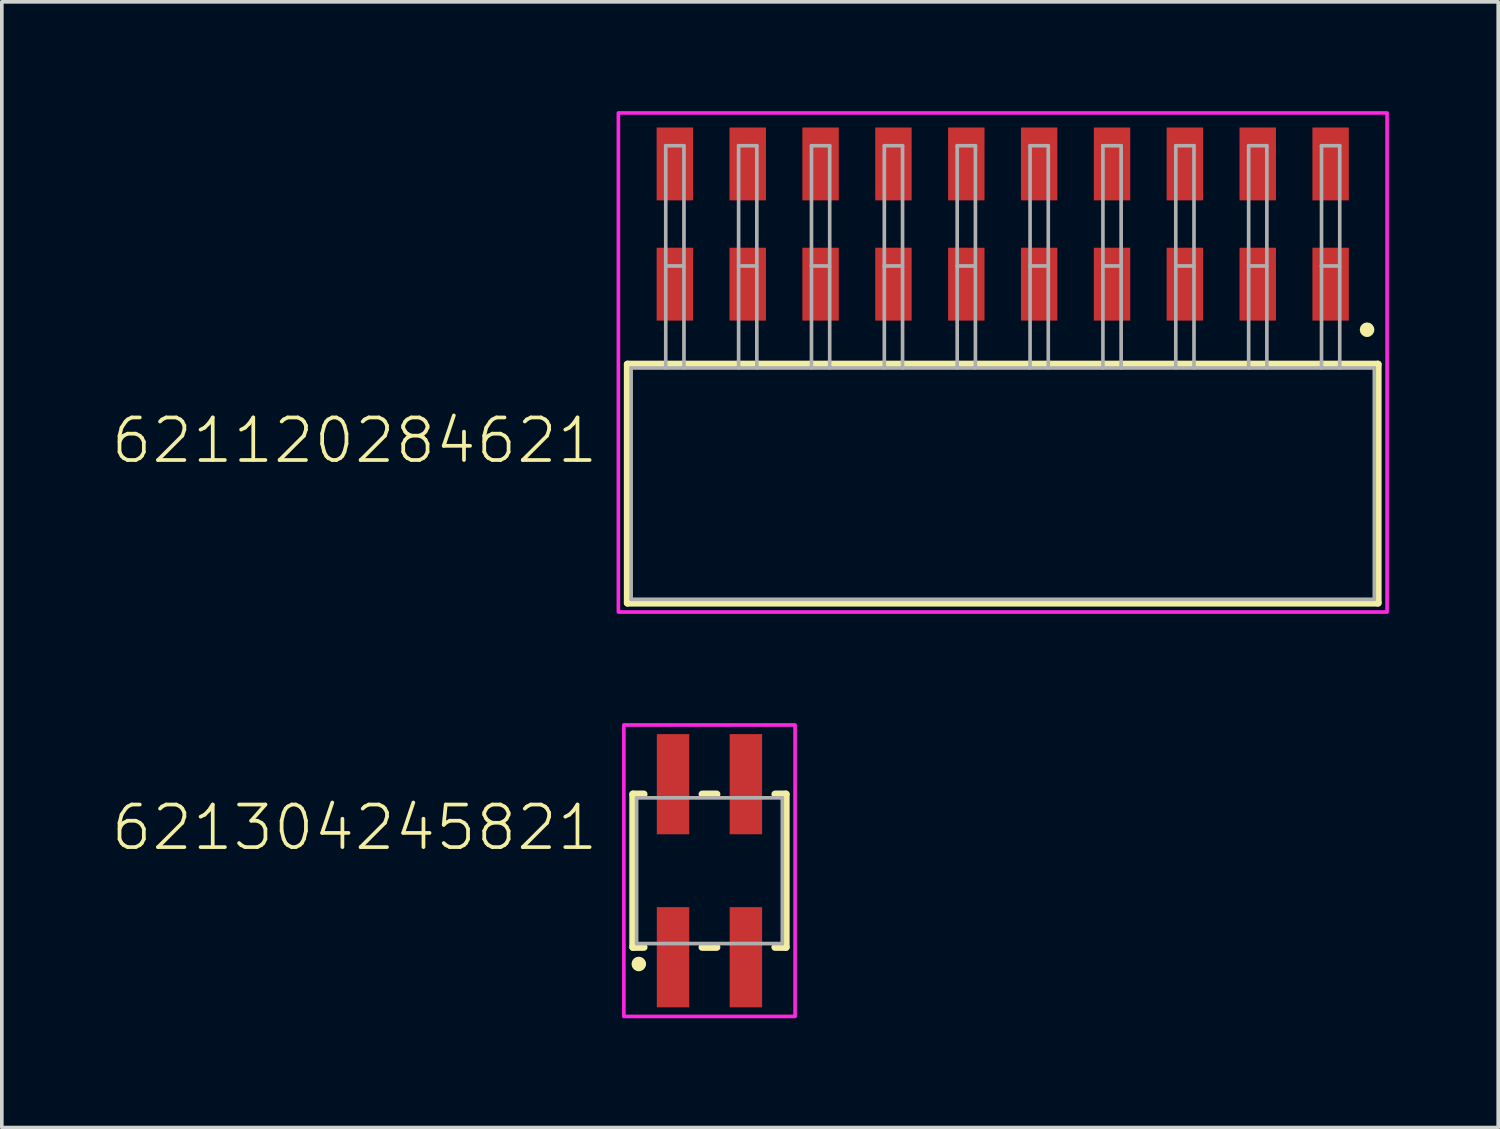
<source format=kicad_pcb>
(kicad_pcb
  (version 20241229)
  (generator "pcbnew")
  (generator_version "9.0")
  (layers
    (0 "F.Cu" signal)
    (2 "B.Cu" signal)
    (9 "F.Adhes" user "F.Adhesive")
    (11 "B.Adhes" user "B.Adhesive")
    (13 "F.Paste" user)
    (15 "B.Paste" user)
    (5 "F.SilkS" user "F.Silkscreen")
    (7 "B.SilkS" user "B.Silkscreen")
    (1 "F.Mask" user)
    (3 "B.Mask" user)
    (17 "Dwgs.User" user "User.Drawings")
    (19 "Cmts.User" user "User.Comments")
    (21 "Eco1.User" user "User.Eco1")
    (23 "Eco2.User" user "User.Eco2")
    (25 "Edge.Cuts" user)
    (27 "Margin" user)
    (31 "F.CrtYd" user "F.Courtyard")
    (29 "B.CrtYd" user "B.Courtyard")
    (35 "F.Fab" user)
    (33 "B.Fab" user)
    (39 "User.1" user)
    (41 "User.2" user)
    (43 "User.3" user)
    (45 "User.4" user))
  (footprint "621120284621"
    (layer "F.Cu")
    (at 24.474 10.225)
    (property "Reference" "621120284621" (at -11.05 -0.5 0) (unlocked yes) (layer "F.SilkS") (effects (font (size 1.168 1.168) (thickness 0.102)) (justify right bottom)))
    (fp_line (start -10.3 -3.275) (end 10.3 -3.275) (stroke (width 0.2) (type solid)) (layer "F.SilkS"))
    (fp_line (start -10.3 3.275) (end -10.3 -3.275) (stroke (width 0.2) (type solid)) (layer "F.SilkS"))
    (fp_line (start 10.3 -3.275) (end 10.3 3.275) (stroke (width 0.2) (type solid)) (layer "F.SilkS"))
    (fp_line (start 10.3 3.275) (end -10.3 3.275) (stroke (width 0.2) (type solid)) (layer "F.SilkS"))
    (fp_circle (center 10 -4.225) (end 10.1 -4.225) (stroke (width 0.2) (type solid)) (fill no) (layer "F.SilkS"))
    (fp_poly (pts (xy 10.55 3.525) (xy -10.55 3.525) (xy -10.55 -10.175) (xy 10.55 -10.175)) (stroke (width 0.1) (type default)) (fill no) (layer "F.CrtYd"))
    (fp_line (start -10.2 -3.175) (end 10.2 -3.175) (stroke (width 0.1) (type solid)) (layer "F.Fab"))
    (fp_line (start -10.2 3.175) (end -10.2 -3.175) (stroke (width 0.1) (type solid)) (layer "F.Fab"))
    (fp_line (start -9.25 -9.275) (end -9.25 -5.975) (stroke (width 0.1) (type solid)) (layer "F.Fab"))
    (fp_line (start -9.25 -5.975) (end -9.25 -3.175) (stroke (width 0.1) (type solid)) (layer "F.Fab"))
    (fp_line (start -9.25 -5.975) (end -8.75 -5.975) (stroke (width 0.1) (type solid)) (layer "F.Fab"))
    (fp_line (start -8.75 -9.275) (end -9.25 -9.275) (stroke (width 0.1) (type solid)) (layer "F.Fab"))
    (fp_line (start -8.75 -6.025) (end -8.75 -9.275) (stroke (width 0.1) (type solid)) (layer "F.Fab"))
    (fp_line (start -8.75 -5.975) (end -8.75 -3.175) (stroke (width 0.1) (type solid)) (layer "F.Fab"))
    (fp_line (start -7.25 -9.275) (end -7.25 -5.975) (stroke (width 0.1) (type solid)) (layer "F.Fab"))
    (fp_line (start -7.25 -5.975) (end -7.25 -3.175) (stroke (width 0.1) (type solid)) (layer "F.Fab"))
    (fp_line (start -7.25 -5.975) (end -6.75 -5.975) (stroke (width 0.1) (type solid)) (layer "F.Fab"))
    (fp_line (start -6.75 -9.275) (end -7.25 -9.275) (stroke (width 0.1) (type solid)) (layer "F.Fab"))
    (fp_line (start -6.75 -6.025) (end -6.75 -9.275) (stroke (width 0.1) (type solid)) (layer "F.Fab"))
    (fp_line (start -6.75 -5.975) (end -6.75 -3.175) (stroke (width 0.1) (type solid)) (layer "F.Fab"))
    (fp_line (start -5.25 -9.275) (end -5.25 -5.975) (stroke (width 0.1) (type solid)) (layer "F.Fab"))
    (fp_line (start -5.25 -5.975) (end -5.25 -3.175) (stroke (width 0.1) (type solid)) (layer "F.Fab"))
    (fp_line (start -5.25 -5.975) (end -4.75 -5.975) (stroke (width 0.1) (type solid)) (layer "F.Fab"))
    (fp_line (start -4.75 -9.275) (end -5.25 -9.275) (stroke (width 0.1) (type solid)) (layer "F.Fab"))
    (fp_line (start -4.75 -6.025) (end -4.75 -9.275) (stroke (width 0.1) (type solid)) (layer "F.Fab"))
    (fp_line (start -4.75 -5.975) (end -4.75 -3.175) (stroke (width 0.1) (type solid)) (layer "F.Fab"))
    (fp_line (start -3.25 -9.275) (end -3.25 -5.975) (stroke (width 0.1) (type solid)) (layer "F.Fab"))
    (fp_line (start -3.25 -5.975) (end -3.25 -3.175) (stroke (width 0.1) (type solid)) (layer "F.Fab"))
    (fp_line (start -3.25 -5.975) (end -2.75 -5.975) (stroke (width 0.1) (type solid)) (layer "F.Fab"))
    (fp_line (start -2.75 -9.275) (end -3.25 -9.275) (stroke (width 0.1) (type solid)) (layer "F.Fab"))
    (fp_line (start -2.75 -6.025) (end -2.75 -9.275) (stroke (width 0.1) (type solid)) (layer "F.Fab"))
    (fp_line (start -2.75 -5.975) (end -2.75 -3.175) (stroke (width 0.1) (type solid)) (layer "F.Fab"))
    (fp_line (start -1.25 -9.275) (end -1.25 -5.975) (stroke (width 0.1) (type solid)) (layer "F.Fab"))
    (fp_line (start -1.25 -5.975) (end -1.25 -3.175) (stroke (width 0.1) (type solid)) (layer "F.Fab"))
    (fp_line (start -1.25 -5.975) (end -0.75 -5.975) (stroke (width 0.1) (type solid)) (layer "F.Fab"))
    (fp_line (start -0.75 -9.275) (end -1.25 -9.275) (stroke (width 0.1) (type solid)) (layer "F.Fab"))
    (fp_line (start -0.75 -6.025) (end -0.75 -9.275) (stroke (width 0.1) (type solid)) (layer "F.Fab"))
    (fp_line (start -0.75 -5.975) (end -0.75 -3.175) (stroke (width 0.1) (type solid)) (layer "F.Fab"))
    (fp_line (start 0.75 -9.275) (end 0.75 -5.975) (stroke (width 0.1) (type solid)) (layer "F.Fab"))
    (fp_line (start 0.75 -5.975) (end 0.75 -3.175) (stroke (width 0.1) (type solid)) (layer "F.Fab"))
    (fp_line (start 0.75 -5.975) (end 1.25 -5.975) (stroke (width 0.1) (type solid)) (layer "F.Fab"))
    (fp_line (start 1.25 -9.275) (end 0.75 -9.275) (stroke (width 0.1) (type solid)) (layer "F.Fab"))
    (fp_line (start 1.25 -6.025) (end 1.25 -9.275) (stroke (width 0.1) (type solid)) (layer "F.Fab"))
    (fp_line (start 1.25 -5.975) (end 1.25 -3.175) (stroke (width 0.1) (type solid)) (layer "F.Fab"))
    (fp_line (start 2.75 -9.275) (end 2.75 -5.975) (stroke (width 0.1) (type solid)) (layer "F.Fab"))
    (fp_line (start 2.75 -5.975) (end 2.75 -3.175) (stroke (width 0.1) (type solid)) (layer "F.Fab"))
    (fp_line (start 2.75 -5.975) (end 3.25 -5.975) (stroke (width 0.1) (type solid)) (layer "F.Fab"))
    (fp_line (start 3.25 -9.275) (end 2.75 -9.275) (stroke (width 0.1) (type solid)) (layer "F.Fab"))
    (fp_line (start 3.25 -6.025) (end 3.25 -9.275) (stroke (width 0.1) (type solid)) (layer "F.Fab"))
    (fp_line (start 3.25 -5.975) (end 3.25 -3.175) (stroke (width 0.1) (type solid)) (layer "F.Fab"))
    (fp_line (start 4.75 -9.275) (end 4.75 -5.975) (stroke (width 0.1) (type solid)) (layer "F.Fab"))
    (fp_line (start 4.75 -5.975) (end 4.75 -3.175) (stroke (width 0.1) (type solid)) (layer "F.Fab"))
    (fp_line (start 4.75 -5.975) (end 5.25 -5.975) (stroke (width 0.1) (type solid)) (layer "F.Fab"))
    (fp_line (start 5.25 -9.275) (end 4.75 -9.275) (stroke (width 0.1) (type solid)) (layer "F.Fab"))
    (fp_line (start 5.25 -6.025) (end 5.25 -9.275) (stroke (width 0.1) (type solid)) (layer "F.Fab"))
    (fp_line (start 5.25 -5.975) (end 5.25 -3.175) (stroke (width 0.1) (type solid)) (layer "F.Fab"))
    (fp_line (start 6.75 -9.275) (end 6.75 -5.975) (stroke (width 0.1) (type solid)) (layer "F.Fab"))
    (fp_line (start 6.75 -5.975) (end 6.75 -3.175) (stroke (width 0.1) (type solid)) (layer "F.Fab"))
    (fp_line (start 6.75 -5.975) (end 7.25 -5.975) (stroke (width 0.1) (type solid)) (layer "F.Fab"))
    (fp_line (start 7.25 -9.275) (end 6.75 -9.275) (stroke (width 0.1) (type solid)) (layer "F.Fab"))
    (fp_line (start 7.25 -6.025) (end 7.25 -9.275) (stroke (width 0.1) (type solid)) (layer "F.Fab"))
    (fp_line (start 7.25 -5.975) (end 7.25 -3.175) (stroke (width 0.1) (type solid)) (layer "F.Fab"))
    (fp_line (start 8.75 -9.275) (end 8.75 -5.975) (stroke (width 0.1) (type solid)) (layer "F.Fab"))
    (fp_line (start 8.75 -5.975) (end 8.75 -3.175) (stroke (width 0.1) (type solid)) (layer "F.Fab"))
    (fp_line (start 8.75 -5.975) (end 9.25 -5.975) (stroke (width 0.1) (type solid)) (layer "F.Fab"))
    (fp_line (start 9.25 -9.275) (end 8.75 -9.275) (stroke (width 0.1) (type solid)) (layer "F.Fab"))
    (fp_line (start 9.25 -6.025) (end 9.25 -9.275) (stroke (width 0.1) (type solid)) (layer "F.Fab"))
    (fp_line (start 9.25 -5.975) (end 9.25 -3.175) (stroke (width 0.1) (type solid)) (layer "F.Fab"))
    (fp_line (start 10.2 -3.175) (end 10.2 3.175) (stroke (width 0.1) (type solid)) (layer "F.Fab"))
    (fp_line (start 10.2 3.175) (end -10.2 3.175) (stroke (width 0.1) (type solid)) (layer "F.Fab"))
    (pad "1" smd rect (at 9 -5.475 90) (size 2 1) (layers "F.Cu" "F.Mask" "F.Paste"))
    (pad "2" smd rect (at 9 -8.775 90) (size 2 1) (layers "F.Cu" "F.Mask" "F.Paste"))
    (pad "3" smd rect (at 7 -5.475 90) (size 2 1) (layers "F.Cu" "F.Mask" "F.Paste"))
    (pad "4" smd rect (at 7 -8.775 90) (size 2 1) (layers "F.Cu" "F.Mask" "F.Paste"))
    (pad "5" smd rect (at 5 -5.475 90) (size 2 1) (layers "F.Cu" "F.Mask" "F.Paste"))
    (pad "6" smd rect (at 5 -8.775 90) (size 2 1) (layers "F.Cu" "F.Mask" "F.Paste"))
    (pad "7" smd rect (at 3 -5.475 90) (size 2 1) (layers "F.Cu" "F.Mask" "F.Paste"))
    (pad "8" smd rect (at 3 -8.775 90) (size 2 1) (layers "F.Cu" "F.Mask" "F.Paste"))
    (pad "9" smd rect (at 1 -5.475 90) (size 2 1) (layers "F.Cu" "F.Mask" "F.Paste"))
    (pad "10" smd rect (at 1 -8.775 90) (size 2 1) (layers "F.Cu" "F.Mask" "F.Paste"))
    (pad "11" smd rect (at -1 -5.475 90) (size 2 1) (layers "F.Cu" "F.Mask" "F.Paste"))
    (pad "12" smd rect (at -1 -8.775 90) (size 2 1) (layers "F.Cu" "F.Mask" "F.Paste"))
    (pad "13" smd rect (at -3 -5.475 90) (size 2 1) (layers "F.Cu" "F.Mask" "F.Paste"))
    (pad "14" smd rect (at -3 -8.775 90) (size 2 1) (layers "F.Cu" "F.Mask" "F.Paste"))
    (pad "15" smd rect (at -5 -5.475 90) (size 2 1) (layers "F.Cu" "F.Mask" "F.Paste"))
    (pad "16" smd rect (at -5 -8.775 90) (size 2 1) (layers "F.Cu" "F.Mask" "F.Paste"))
    (pad "17" smd rect (at -7 -5.475 90) (size 2 1) (layers "F.Cu" "F.Mask" "F.Paste"))
    (pad "18" smd rect (at -7 -8.775 90) (size 2 1) (layers "F.Cu" "F.Mask" "F.Paste"))
    (pad "19" smd rect (at -9 -5.475 90) (size 2 1) (layers "F.Cu" "F.Mask" "F.Paste"))
    (pad "20" smd rect (at -9 -8.775 90) (size 2 1) (layers "F.Cu" "F.Mask" "F.Paste")))
  (footprint "621304245821"
    (layer "F.Cu")
    (at 16.424 20.85)
    (property "Reference" "621304245821" (at -3 -0.5 0) (unlocked yes) (layer "F.SilkS") (effects (font (size 1.168 1.168) (thickness 0.102)) (justify right bottom)))
    (fp_line (start -2.1 -2.1) (end -2.1 2.1) (stroke (width 0.2) (type solid)) (layer "F.SilkS"))
    (fp_line (start -2.1 2.1) (end -1.8 2.1) (stroke (width 0.2) (type solid)) (layer "F.SilkS"))
    (fp_line (start -1.8 -2.1) (end -2.1 -2.1) (stroke (width 0.2) (type solid)) (layer "F.SilkS"))
    (fp_line (start -0.2 -2.1) (end 0.2 -2.1) (stroke (width 0.2) (type solid)) (layer "F.SilkS"))
    (fp_line (start 0.2 2.1) (end -0.2 2.1) (stroke (width 0.2) (type solid)) (layer "F.SilkS"))
    (fp_line (start 1.8 -2.1) (end 2.1 -2.1) (stroke (width 0.2) (type solid)) (layer "F.SilkS"))
    (fp_line (start 2.1 -2.1) (end 2.1 2.1) (stroke (width 0.2) (type solid)) (layer "F.SilkS"))
    (fp_line (start 2.1 2.1) (end 1.8 2.1) (stroke (width 0.2) (type solid)) (layer "F.SilkS"))
    (fp_circle (center -1.94 2.56) (end -1.84 2.56) (stroke (width 0.2) (type solid)) (fill no) (layer "F.SilkS"))
    (fp_poly (pts (xy 2.35 4) (xy -2.35 4) (xy -2.35 -4) (xy 2.35 -4)) (stroke (width 0.1) (type default)) (fill no) (layer "F.CrtYd"))
    (fp_line (start -2 -2) (end 2 -2) (stroke (width 0.1) (type solid)) (layer "F.Fab"))
    (fp_line (start -2 2) (end -2 -2) (stroke (width 0.1) (type solid)) (layer "F.Fab"))
    (fp_line (start 2 -2) (end 2 2) (stroke (width 0.1) (type solid)) (layer "F.Fab"))
    (fp_line (start 2 2) (end -2 2) (stroke (width 0.1) (type solid)) (layer "F.Fab"))
    (pad "1" smd rect (at -1 2.375) (size 0.89 2.75) (layers "F.Cu" "F.Mask" "F.Paste"))
    (pad "2" smd rect (at -1 -2.375) (size 0.89 2.75) (layers "F.Cu" "F.Mask" "F.Paste"))
    (pad "3" smd rect (at 1 2.375) (size 0.89 2.75) (layers "F.Cu" "F.Mask" "F.Paste"))
    (pad "4" smd rect (at 1 -2.375) (size 0.89 2.75) (layers "F.Cu" "F.Mask" "F.Paste")))
  (gr_rect
    (start -3 -3)
    (end 38.074 27.9)
    (stroke (width 0.1) (type default))
    (fill no)
    (layer "Edge.Cuts")))
</source>
